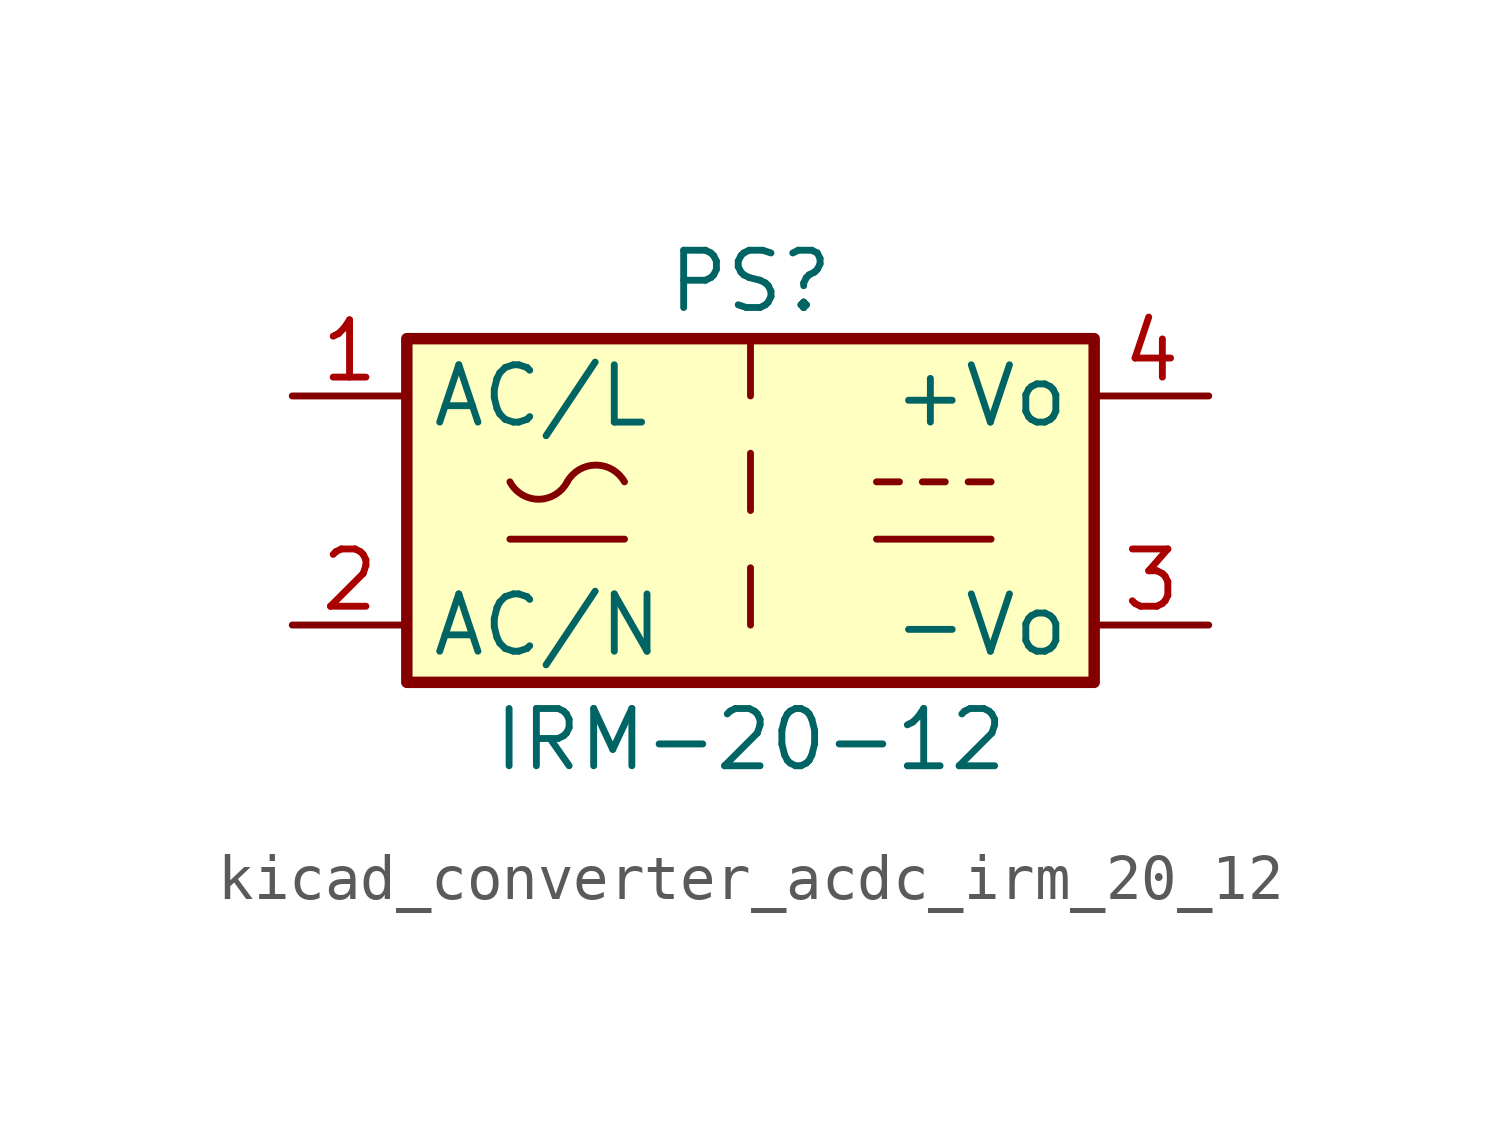
<source format=kicad_sym>
(kicad_symbol_lib
  (version 20220914)
  (generator kicad_symbol_editor)
  (symbol "kicad_converter_acdc_irm_20_12"
    (property "Reference" "PS"
      (at 0 5.08 0)
      (effects (font (size 1.27 1.27))))
    (property "Value" "IRM-20-12"
      (at 0 -5.08 0)
      (effects (font (size 1.27 1.27))))
    (symbol "kicad_converter_acdc_irm_20_12_0_1"
      (rectangle (start -7.62 3.81) (end 7.62 -3.81) (stroke (width 0.254) (type default)) (fill (type background)))
      (arc (start -5.334 0.635) (mid -4.699 0.2495) (end -4.064 0.635) (stroke (width 0) (type default)) (fill (type none)))
      (arc (start -2.794 0.635) (mid -3.429 1.0072) (end -4.064 0.635) (stroke (width 0) (type default)) (fill (type none)))
      (polyline (pts (xy -5.334 -0.635) (xy -2.794 -0.635)) (stroke (width 0) (type default)) (fill (type none)))
      (polyline (pts (xy 0 -1.27) (xy 0 -2.54)) (stroke (width 0) (type default)) (fill (type none)))
      (polyline (pts (xy 0 1.27) (xy 0 0)) (stroke (width 0) (type default)) (fill (type none)))
      (polyline (pts (xy 0 3.81) (xy 0 2.54)) (stroke (width 0) (type default)) (fill (type none)))
      (polyline (pts (xy 2.794 -0.635) (xy 5.334 -0.635)) (stroke (width 0) (type default)) (fill (type none)))
      (polyline (pts (xy 2.794 0.635) (xy 3.302 0.635)) (stroke (width 0) (type default)) (fill (type none)))
      (polyline (pts (xy 3.81 0.635) (xy 4.318 0.635)) (stroke (width 0) (type default)) (fill (type none)))
      (polyline (pts (xy 4.826 0.635) (xy 5.334 0.635)) (stroke (width 0) (type default)) (fill (type none))))
    (symbol "kicad_converter_acdc_irm_20_12_1_1"
      (pin power_in line (at -10.16 2.54 0) (length 2.54) (name "AC/L" (effects (font (size 1.27 1.27)))) (number "1" (effects (font (size 1.27 1.27)))))
      (pin power_in line (at -10.16 -2.54 0) (length 2.54) (name "AC/N" (effects (font (size 1.27 1.27)))) (number "2" (effects (font (size 1.27 1.27)))))
      (pin power_out line (at 10.16 -2.54 180) (length 2.54) (name "-Vo" (effects (font (size 1.27 1.27)))) (number "3" (effects (font (size 1.27 1.27)))))
      (pin power_out line (at 10.16 2.54 180) (length 2.54) (name "+Vo" (effects (font (size 1.27 1.27)))) (number "4" (effects (font (size 1.27 1.27))))))))
</source>
